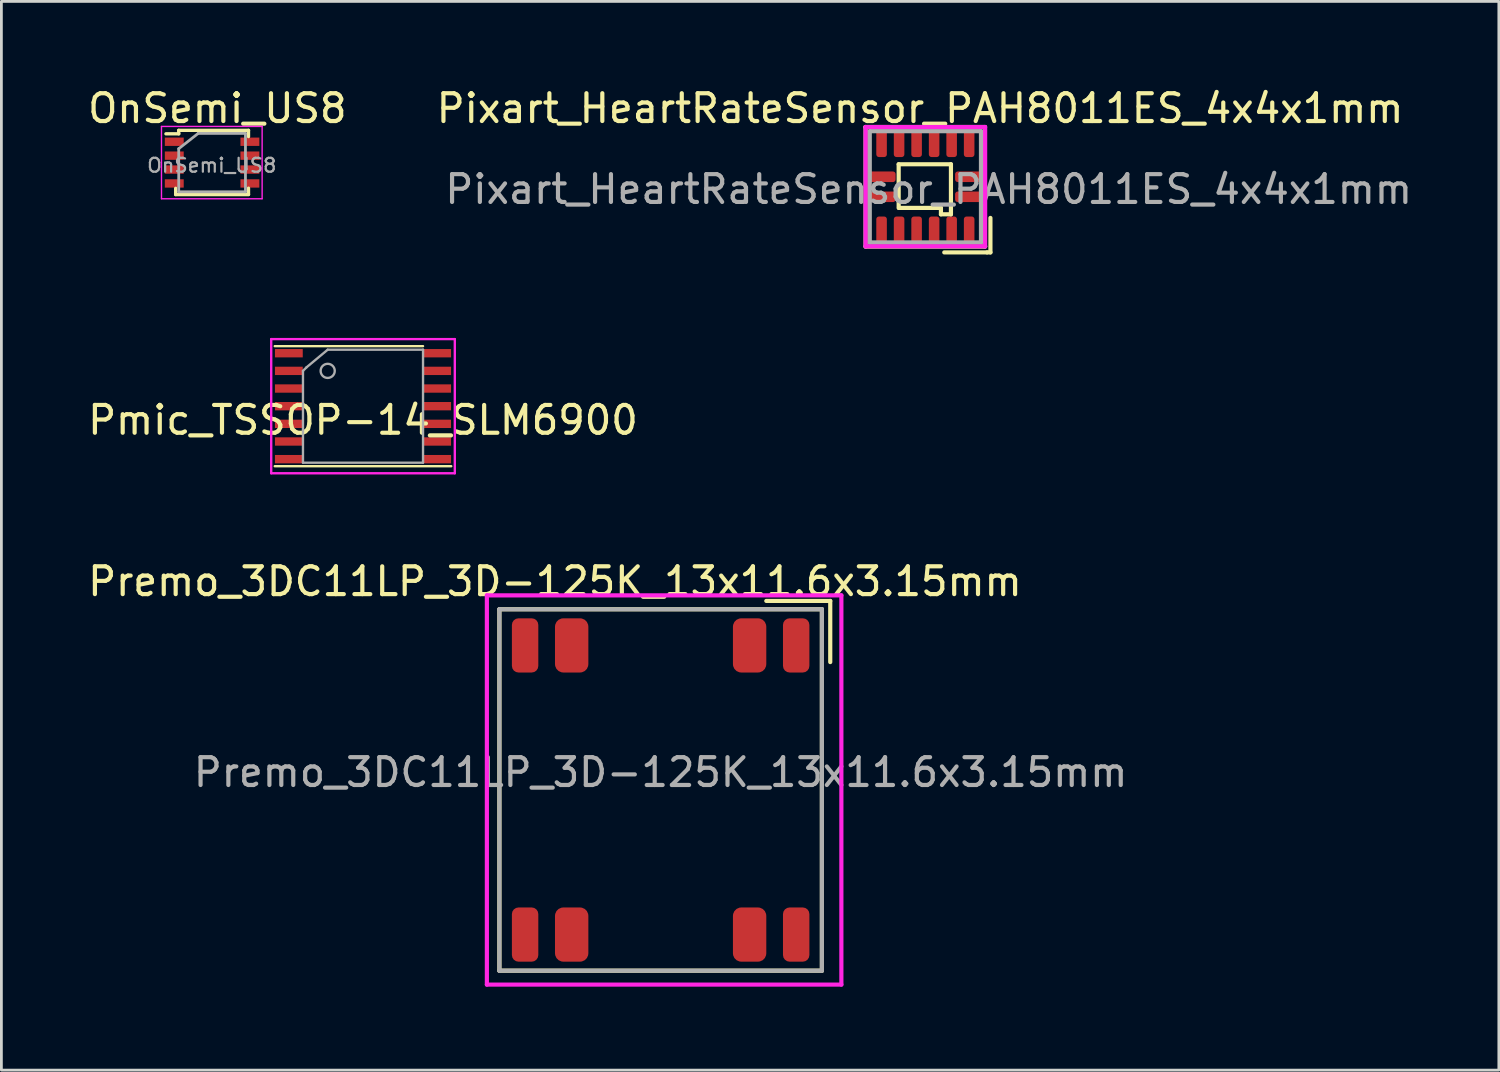
<source format=kicad_pcb>
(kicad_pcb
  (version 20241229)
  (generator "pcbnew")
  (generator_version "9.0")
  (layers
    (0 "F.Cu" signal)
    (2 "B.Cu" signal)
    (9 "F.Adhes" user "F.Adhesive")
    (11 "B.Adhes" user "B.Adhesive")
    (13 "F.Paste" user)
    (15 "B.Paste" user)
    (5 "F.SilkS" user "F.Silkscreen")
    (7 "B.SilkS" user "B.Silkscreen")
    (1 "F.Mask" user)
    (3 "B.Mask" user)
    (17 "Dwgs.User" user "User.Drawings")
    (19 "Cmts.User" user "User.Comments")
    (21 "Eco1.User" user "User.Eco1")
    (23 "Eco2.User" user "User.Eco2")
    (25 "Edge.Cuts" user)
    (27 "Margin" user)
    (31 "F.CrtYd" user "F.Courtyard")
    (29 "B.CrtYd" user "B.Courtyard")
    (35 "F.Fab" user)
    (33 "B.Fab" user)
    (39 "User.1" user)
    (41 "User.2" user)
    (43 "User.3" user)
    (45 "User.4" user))
  (footprint "OnSemi_US8"
    (layer "F.Cu")
    (at 4.578 2.798)
    (property "Reference" "OnSemi_US8" (at 0.19 -1.95 0) (layer "F.SilkS") (effects (font (size 1 1) (thickness 0.15))))
    (attr smd)
    (fp_line (start -1.31 1.15) (end -1.31 0.925) (stroke (width 0.12) (type solid)) (layer "F.SilkS"))
    (fp_line (start -1.31 1.15) (end 1.31 1.15) (stroke (width 0.12) (type solid)) (layer "F.SilkS"))
    (fp_line (start -1.2 -1.16) (end -1.2 -1.035) (stroke (width 0.12) (type solid)) (layer "F.SilkS"))
    (fp_line (start -1.2 -1.16) (end 1.31 -1.16) (stroke (width 0.12) (type solid)) (layer "F.SilkS"))
    (fp_line (start -1.2 -1.035) (end -1.66 -1.035) (stroke (width 0.12) (type solid)) (layer "F.SilkS"))
    (fp_line (start 1.31 -1.16) (end 1.31 -0.935) (stroke (width 0.12) (type solid)) (layer "F.SilkS"))
    (fp_line (start 1.31 1.145) (end 1.31 0.92) (stroke (width 0.12) (type solid)) (layer "F.SilkS"))
    (fp_line (start -1.82 -1.3) (end -1.82 1.3) (stroke (width 0.05) (type solid)) (layer "F.CrtYd"))
    (fp_line (start -1.82 -1.3) (end 1.8 -1.3) (stroke (width 0.05) (type solid)) (layer "F.CrtYd"))
    (fp_line (start -1.82 1.3) (end 1.8 1.3) (stroke (width 0.05) (type solid)) (layer "F.CrtYd"))
    (fp_line (start 1.8 -1.3) (end 1.8 1.3) (stroke (width 0.05) (type solid)) (layer "F.CrtYd"))
    (fp_line (start -1.2 -0.5) (end -0.5 -1.05) (stroke (width 0.1) (type solid)) (layer "F.Fab"))
    (fp_line (start -1.2 1.05) (end -1.2 -0.5) (stroke (width 0.1) (type solid)) (layer "F.Fab"))
    (fp_line (start -0.5 -1.05) (end 1.2 -1.05) (stroke (width 0.1) (type solid)) (layer "F.Fab"))
    (fp_line (start 1.2 -1.05) (end 1.2 1.05) (stroke (width 0.1) (type solid)) (layer "F.Fab"))
    (fp_line (start 1.2 1.05) (end -1.2 1.05) (stroke (width 0.1) (type solid)) (layer "F.Fab"))
    (fp_text user "${REFERENCE}" (at -0.01 0.1 180) (layer "F.Fab") (effects (font (size 0.5 0.5) (thickness 0.08))))
    (pad "1" smd rect (at -1.36 -0.75) (size 0.68 0.3) (layers "F.Cu" "F.Mask" "F.Paste"))
    (pad "2" smd rect (at -1.36 -0.25) (size 0.68 0.3) (layers "F.Cu" "F.Mask" "F.Paste"))
    (pad "3" smd rect (at -1.36 0.25) (size 0.68 0.3) (layers "F.Cu" "F.Mask" "F.Paste"))
    (pad "4" smd rect (at -1.36 0.75) (size 0.68 0.3) (layers "F.Cu" "F.Mask" "F.Paste"))
    (pad "5" smd rect (at 1.36 0.75) (size 0.68 0.3) (layers "F.Cu" "F.Mask" "F.Paste"))
    (pad "6" smd rect (at 1.36 0.25) (size 0.68 0.3) (layers "F.Cu" "F.Mask" "F.Paste"))
    (pad "7" smd rect (at 1.36 -0.25) (size 0.68 0.3) (layers "F.Cu" "F.Mask" "F.Paste"))
    (pad "8" smd rect (at 1.36 -0.75) (size 0.68 0.3) (layers "F.Cu" "F.Mask" "F.Paste")))
  (footprint "Premo_3DC11LP_3D-125K_13x11.6x3.15mm"
    (layer "F.Cu")
    (at 20.711 25.363)
    (property "Reference" "Premo_3DC11LP_3D-125K_13x11.6x3.15mm" (at -3.8 -7.5 0) (layer "F.SilkS") (effects (font (size 1 1) (thickness 0.15))))
    (attr smd)
    (fp_line (start -5.8 -6.5) (end -5.8 6.5) (stroke (width 0.15) (type solid)) (layer "F.SilkS"))
    (fp_line (start -5.8 -6.5) (end 5.8 -6.5) (stroke (width 0.15) (type solid)) (layer "F.SilkS"))
    (fp_line (start -5.8 6.5) (end 5.8 6.5) (stroke (width 0.15) (type solid)) (layer "F.SilkS"))
    (fp_line (start 3.8 -6.8) (end 6.1 -6.8) (stroke (width 0.15) (type solid)) (layer "F.SilkS"))
    (fp_line (start 5.8 -6.5) (end 5.8 6.5) (stroke (width 0.15) (type solid)) (layer "F.SilkS"))
    (fp_line (start 6.1 -6.8) (end 6.1 -4.6) (stroke (width 0.15) (type solid)) (layer "F.SilkS"))
    (fp_line (start -6.25 -7) (end 6.5 -7) (stroke (width 0.15) (type solid)) (layer "F.CrtYd"))
    (fp_line (start -6.25 7) (end -6.25 -7) (stroke (width 0.15) (type solid)) (layer "F.CrtYd"))
    (fp_line (start 6.5 -7) (end 6.5 7) (stroke (width 0.15) (type solid)) (layer "F.CrtYd"))
    (fp_line (start 6.5 7) (end -6.25 7) (stroke (width 0.15) (type solid)) (layer "F.CrtYd"))
    (fp_line (start -5.8 -6.5) (end -5.8 6.5) (stroke (width 0.15) (type solid)) (layer "F.Fab"))
    (fp_line (start -5.8 -6.5) (end 5.8 -6.5) (stroke (width 0.15) (type solid)) (layer "F.Fab"))
    (fp_line (start -5.8 6.5) (end 5.8 6.5) (stroke (width 0.15) (type solid)) (layer "F.Fab"))
    (fp_line (start 5.8 -6.5) (end 5.8 6.5) (stroke (width 0.15) (type solid)) (layer "F.Fab"))
    (fp_text user "${REFERENCE}" (at 0 -0.635 0) (layer "F.Fab") (effects (font (size 1 1) (thickness 0.15))))
    (pad "1" smd roundrect (at 4.875 -5.2) (size 0.95 1.95) (layers "F.Cu" "F.Mask" "F.Paste") (roundrect_rratio 0.25))
    (pad "2" smd roundrect (at 3.2 -5.2) (size 1.2 1.95) (layers "F.Cu" "F.Mask" "F.Paste") (roundrect_rratio 0.25))
    (pad "3" smd roundrect (at -3.2 -5.2) (size 1.2 1.95) (layers "F.Cu" "F.Mask" "F.Paste") (roundrect_rratio 0.25))
    (pad "4" smd roundrect (at -4.875 -5.2) (size 0.95 1.95) (layers "F.Cu" "F.Mask" "F.Paste") (roundrect_rratio 0.25))
    (pad "5" smd roundrect (at -4.875 5.2) (size 0.95 1.95) (layers "F.Cu" "F.Mask" "F.Paste") (roundrect_rratio 0.25))
    (pad "6" smd roundrect (at -3.2 5.2) (size 1.2 1.95) (layers "F.Cu" "F.Mask" "F.Paste") (roundrect_rratio 0.25))
    (pad "7" smd roundrect (at 3.2 5.2) (size 1.2 1.95) (layers "F.Cu" "F.Mask" "F.Paste") (roundrect_rratio 0.25))
    (pad "8" smd roundrect (at 4.875 5.2) (size 0.95 1.95) (layers "F.Cu" "F.Mask" "F.Paste") (roundrect_rratio 0.25)))
  (footprint "Pixart_HeartRateSensor_PAH8011ES_4x4x1mm"
    (layer "F.Cu")
    (at 30.232 3.668)
    (property "Reference" "Pixart_HeartRateSensor_PAH8011ES_4x4x1mm" (at -0.19 -2.82 0) (layer "F.SilkS") (effects (font (size 1 1) (thickness 0.15))))
    (attr smd)
    (fp_line (start -2.16 -2.15) (end 2.14 -2.15) (stroke (width 0.15) (type solid)) (layer "F.SilkS"))
    (fp_line (start -2.15 -2.15) (end -2.15 2.15) (stroke (width 0.15) (type solid)) (layer "F.SilkS"))
    (fp_line (start -2.15 2.15) (end 2.15 2.15) (stroke (width 0.15) (type solid)) (layer "F.SilkS"))
    (fp_line (start -0.96 -0.81) (end 0.92 -0.81) (stroke (width 0.15) (type solid)) (layer "F.SilkS"))
    (fp_line (start -0.96 0.76) (end -0.96 -0.81) (stroke (width 0.15) (type solid)) (layer "F.SilkS"))
    (fp_line (start 0.56 0.76) (end -0.95 0.76) (stroke (width 0.15) (type solid)) (layer "F.SilkS"))
    (fp_line (start 0.56 0.99) (end 0.56 0.76) (stroke (width 0.15) (type solid)) (layer "F.SilkS"))
    (fp_line (start 0.68 2.36) (end 2.22 2.36) (stroke (width 0.15) (type solid)) (layer "F.SilkS"))
    (fp_line (start 0.92 -0.81) (end 0.92 0.99) (stroke (width 0.15) (type solid)) (layer "F.SilkS"))
    (fp_line (start 0.92 0.99) (end 0.56 0.99) (stroke (width 0.15) (type solid)) (layer "F.SilkS"))
    (fp_line (start 2.14 -2.15) (end 2.14 2.15) (stroke (width 0.15) (type solid)) (layer "F.SilkS"))
    (fp_line (start 2.22 2.36) (end 2.34 2.36) (stroke (width 0.15) (type solid)) (layer "F.SilkS"))
    (fp_line (start 2.34 2.36) (end 2.34 1.12) (stroke (width 0.15) (type solid)) (layer "F.SilkS"))
    (fp_line (start -2.15 -2.15) (end -2.15 2.15) (stroke (width 0.15) (type solid)) (layer "F.CrtYd"))
    (fp_line (start -2.15 -2.15) (end 2.15 -2.15) (stroke (width 0.15) (type solid)) (layer "F.CrtYd"))
    (fp_line (start -2.15 2.14) (end 2.15 2.14) (stroke (width 0.15) (type solid)) (layer "F.CrtYd"))
    (fp_line (start 2.15 -2.15) (end 2.15 2.15) (stroke (width 0.15) (type solid)) (layer "F.CrtYd"))
    (fp_line (start -2 -2) (end -2 2) (stroke (width 0.15) (type solid)) (layer "F.Fab"))
    (fp_line (start -2 -2) (end 2 -2) (stroke (width 0.15) (type solid)) (layer "F.Fab"))
    (fp_line (start -2 2) (end 2 2) (stroke (width 0.15) (type solid)) (layer "F.Fab"))
    (fp_line (start 2 -2) (end 2 2) (stroke (width 0.15) (type solid)) (layer "F.Fab"))
    (fp_text user "${REFERENCE}" (at 0.12 0.09 0) (layer "F.Fab") (effects (font (size 1 1) (thickness 0.15))))
    (pad "1" smd roundrect (at 1.575 1.56) (size 0.38 0.98) (layers "F.Cu" "F.Mask" "F.Paste") (roundrect_rratio 0.25))
    (pad "2" smd roundrect (at 0.945 1.56) (size 0.38 0.98) (layers "F.Cu" "F.Mask" "F.Paste") (roundrect_rratio 0.25))
    (pad "3" smd roundrect (at 0.315 1.56) (size 0.38 0.98) (layers "F.Cu" "F.Mask" "F.Paste") (roundrect_rratio 0.25))
    (pad "4" smd roundrect (at -0.315 1.56) (size 0.38 0.98) (layers "F.Cu" "F.Mask" "F.Paste") (roundrect_rratio 0.25))
    (pad "5" smd roundrect (at -0.945 1.56) (size 0.38 0.98) (layers "F.Cu" "F.Mask" "F.Paste") (roundrect_rratio 0.25))
    (pad "6" smd roundrect (at -1.575 1.56) (size 0.38 0.98) (layers "F.Cu" "F.Mask" "F.Paste") (roundrect_rratio 0.25))
    (pad "7" smd roundrect (at -1.56 0.36 90) (size 0.38 0.98) (layers "F.Cu" "F.Mask" "F.Paste") (roundrect_rratio 0.25))
    (pad "8" smd roundrect (at -1.56 -0.36 90) (size 0.38 0.98) (layers "F.Cu" "F.Mask" "F.Paste") (roundrect_rratio 0.25))
    (pad "9" smd roundrect (at -1.575 -1.56) (size 0.38 0.98) (layers "F.Cu" "F.Mask" "F.Paste") (roundrect_rratio 0.25))
    (pad "10" smd roundrect (at -0.945 -1.56) (size 0.38 0.98) (layers "F.Cu" "F.Mask" "F.Paste") (roundrect_rratio 0.25))
    (pad "11" smd roundrect (at -0.315 -1.56) (size 0.38 0.98) (layers "F.Cu" "F.Mask" "F.Paste") (roundrect_rratio 0.25))
    (pad "12" smd roundrect (at 0.315 -1.56) (size 0.38 0.98) (layers "F.Cu" "F.Mask" "F.Paste") (roundrect_rratio 0.25))
    (pad "13" smd roundrect (at 0.945 -1.56) (size 0.38 0.98) (layers "F.Cu" "F.Mask" "F.Paste") (roundrect_rratio 0.25))
    (pad "14" smd roundrect (at 1.575 -1.56) (size 0.38 0.98) (layers "F.Cu" "F.Mask" "F.Paste") (roundrect_rratio 0.25))
    (pad "15" smd roundrect (at 1.56 -0.36 90) (size 0.38 0.98) (layers "F.Cu" "F.Mask" "F.Paste") (roundrect_rratio 0.25))
    (pad "16" smd roundrect (at 1.56 0.36 90) (size 0.38 0.98) (layers "F.Cu" "F.Mask" "F.Paste") (roundrect_rratio 0.25)))
  (footprint "Pmic_TSSOP-14_SLM6900"
    (layer "F.Cu")
    (at 10.006 11.559)
    (property "Reference" "Pmic_TSSOP-14_SLM6900" (at 0 0.5 0) (layer "F.SilkS") (effects (font (size 1 1) (thickness 0.15))))
    (attr through_hole)
    (fp_line (start -3.175 -2.159) (end 2.159 -2.159) (stroke (width 0.085) (type solid)) (layer "F.SilkS"))
    (fp_line (start -3.175 2.159) (end 3.175 2.159) (stroke (width 0.085) (type solid)) (layer "F.SilkS"))
    (fp_line (start -3.302 -2.413) (end 3.302 -2.413) (stroke (width 0.085) (type solid)) (layer "F.CrtYd"))
    (fp_line (start -3.302 2.413) (end -3.302 -2.413) (stroke (width 0.085) (type solid)) (layer "F.CrtYd"))
    (fp_line (start 3.302 -2.413) (end 3.302 2.413) (stroke (width 0.085) (type solid)) (layer "F.CrtYd"))
    (fp_line (start 3.302 2.413) (end -3.302 2.413) (stroke (width 0.085) (type solid)) (layer "F.CrtYd"))
    (fp_line (start -2.159 -1.27) (end -2.032 -1.397) (stroke (width 0.085) (type solid)) (layer "F.Fab"))
    (fp_line (start -2.159 2.032) (end -2.159 -1.27) (stroke (width 0.085) (type solid)) (layer "F.Fab"))
    (fp_line (start -2.032 -1.397) (end -1.27 -2.032) (stroke (width 0.085) (type solid)) (layer "F.Fab"))
    (fp_line (start -1.27 -2.032) (end 2.159 -2.032) (stroke (width 0.085) (type solid)) (layer "F.Fab"))
    (fp_line (start 2.159 -2.032) (end 2.159 2.032) (stroke (width 0.085) (type solid)) (layer "F.Fab"))
    (fp_line (start 2.159 2.032) (end -2.159 2.032) (stroke (width 0.085) (type solid)) (layer "F.Fab"))
    (fp_circle (center -1.27 -1.27) (end -1.27 -1.524) (stroke (width 0.085) (type solid)) (fill no) (layer "F.Fab"))
    (pad "1" smd rect (at -2.667 -1.905) (size 1 0.3) (layers "F.Cu" "F.Mask" "F.Paste"))
    (pad "2" smd rect (at -2.667 -1.27) (size 1 0.3) (layers "F.Cu" "F.Mask" "F.Paste"))
    (pad "3" smd rect (at -2.667 -0.635) (size 1 0.3) (layers "F.Cu" "F.Mask" "F.Paste"))
    (pad "4" smd rect (at -2.667 0) (size 1 0.3) (layers "F.Cu" "F.Mask" "F.Paste"))
    (pad "5" smd rect (at -2.667 0.635) (size 1 0.3) (layers "F.Cu" "F.Mask" "F.Paste"))
    (pad "6" smd rect (at -2.667 1.27) (size 1 0.3) (layers "F.Cu" "F.Mask" "F.Paste"))
    (pad "7" smd rect (at -2.667 1.905) (size 1 0.3) (layers "F.Cu" "F.Mask" "F.Paste"))
    (pad "8" smd rect (at 2.667 1.905) (size 1 0.3) (layers "F.Cu" "F.Mask" "F.Paste"))
    (pad "9" smd rect (at 2.667 1.27) (size 1 0.3) (layers "F.Cu" "F.Mask" "F.Paste"))
    (pad "10" smd rect (at 2.667 0.635) (size 1 0.3) (layers "F.Cu" "F.Mask" "F.Paste"))
    (pad "11" smd rect (at 2.667 0) (size 1 0.3) (layers "F.Cu" "F.Mask" "F.Paste"))
    (pad "12" smd rect (at 2.667 -0.635) (size 1 0.3) (layers "F.Cu" "F.Mask" "F.Paste"))
    (pad "13" smd rect (at 2.667 -1.27) (size 1 0.3) (layers "F.Cu" "F.Mask" "F.Paste"))
    (pad "14" smd rect (at 2.667 -1.905) (size 1 0.3) (layers "F.Cu" "F.Mask" "F.Paste")))
  (gr_rect
    (start -3 -3)
    (end 50.858 35.438)
    (stroke (width 0.1) (type default))
    (fill no)
    (layer "Edge.Cuts")))
</source>
